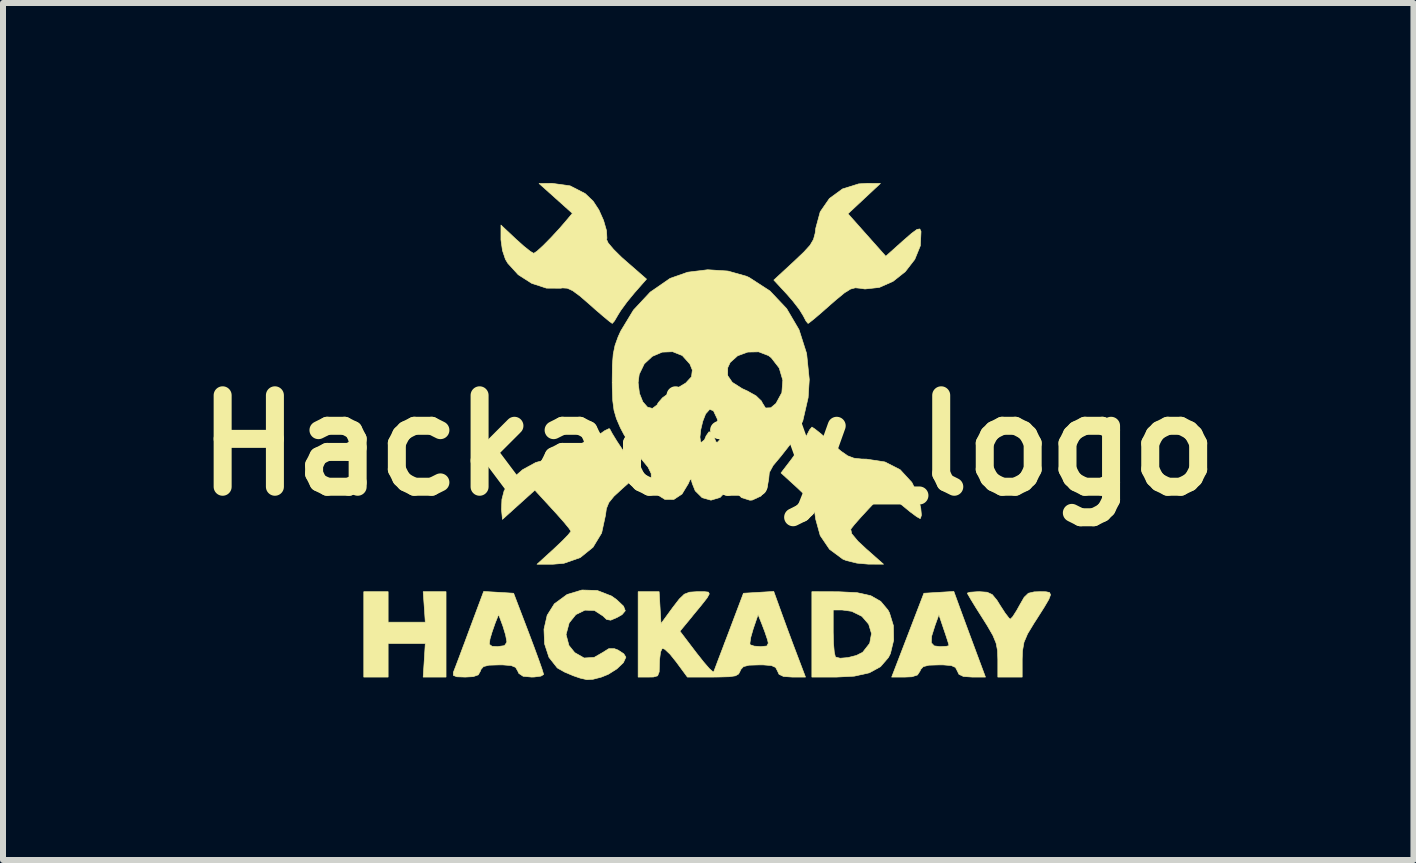
<source format=kicad_pcb>
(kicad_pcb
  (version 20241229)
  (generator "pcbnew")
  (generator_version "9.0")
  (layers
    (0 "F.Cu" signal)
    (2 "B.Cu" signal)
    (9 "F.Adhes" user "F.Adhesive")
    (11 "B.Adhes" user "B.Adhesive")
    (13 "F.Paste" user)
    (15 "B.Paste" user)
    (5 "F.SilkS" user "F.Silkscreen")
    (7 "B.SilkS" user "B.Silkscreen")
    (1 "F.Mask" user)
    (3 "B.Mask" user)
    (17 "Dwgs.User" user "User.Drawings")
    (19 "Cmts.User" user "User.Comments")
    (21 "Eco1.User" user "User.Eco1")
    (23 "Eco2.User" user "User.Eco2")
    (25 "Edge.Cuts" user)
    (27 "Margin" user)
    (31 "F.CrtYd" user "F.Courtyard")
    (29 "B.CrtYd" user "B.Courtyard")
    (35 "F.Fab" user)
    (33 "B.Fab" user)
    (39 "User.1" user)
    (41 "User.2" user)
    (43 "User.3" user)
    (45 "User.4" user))
  (footprint "Hackaday_logo"
    (layer "F.Cu")
    (at 8.752 4.372)
    (property "Reference" "Hackaday_logo" (at 0 0 0) (layer "F.SilkS") (effects (font (size 1.524 1.524) (thickness 0.3))))
    (attr through_hole)
    (fp_poly (pts (xy -4.369 2.438) (xy -4.369 3.861) (xy -4.75 3.861) (xy -4.732 3.581) (xy -4.715 3.302) (xy -5.334 3.302) (xy -5.334 3.861) (xy -5.74 3.861) (xy -5.74 2.438) (xy -5.334 2.438) (xy -5.334 2.946) (xy -4.715 2.946) (xy -4.732 2.692) (xy -4.75 2.438) (xy -4.369 2.438)) (stroke (width 0.01) (type solid)) (fill yes) (layer "F.SilkS"))
    (fp_poly (pts (xy 2.172 2.439) (xy 2.48 2.454) (xy 2.709 2.505) (xy 2.874 2.599) (xy 2.994 2.742) (xy 3.02 2.789) (xy 3.086 3.004) (xy 3.09 3.247) (xy 3.036 3.47) (xy 3.003 3.535) (xy 2.871 3.688) (xy 2.685 3.79) (xy 2.433 3.846) (xy 2.139 3.861) (xy 1.727 3.861) (xy 1.727 2.743) (xy 2.083 2.743) (xy 2.083 3.116) (xy 2.088 3.302) (xy 2.101 3.448) (xy 2.119 3.524) (xy 2.121 3.527) (xy 2.199 3.547) (xy 2.329 3.536) (xy 2.467 3.501) (xy 2.572 3.449) (xy 2.575 3.446) (xy 2.691 3.298) (xy 2.721 3.136) (xy 2.674 2.98) (xy 2.561 2.849) (xy 2.391 2.765) (xy 2.233 2.743) (xy 2.083 2.743) (xy 1.727 2.743) (xy 1.727 2.438) (xy 2.172 2.439)) (stroke (width 0.01) (type solid)) (fill yes) (layer "F.SilkS"))
    (fp_poly (pts (xy 4.2 2.728) (xy 4.271 2.921) (xy 4.36 3.162) (xy 4.45 3.404) (xy 4.464 3.442) (xy 4.62 3.861) (xy 4.399 3.861) (xy 4.253 3.851) (xy 4.178 3.815) (xy 4.151 3.759) (xy 4.12 3.7) (xy 4.05 3.669) (xy 3.915 3.658) (xy 3.844 3.658) (xy 3.677 3.663) (xy 3.584 3.687) (xy 3.539 3.736) (xy 3.531 3.759) (xy 3.487 3.826) (xy 3.394 3.856) (xy 3.278 3.861) (xy 3.057 3.861) (xy 3.277 3.289) (xy 3.717 3.289) (xy 3.766 3.341) (xy 3.861 3.353) (xy 3.968 3.348) (xy 4.013 3.337) (xy 4.013 3.336) (xy 3.998 3.283) (xy 3.96 3.165) (xy 3.928 3.071) (xy 3.844 2.822) (xy 3.78 2.999) (xy 3.723 3.18) (xy 3.717 3.289) (xy 3.277 3.289) (xy 3.594 2.464) (xy 3.843 2.449) (xy 4.093 2.434) (xy 4.2 2.728)) (stroke (width 0.01) (type solid)) (fill yes) (layer "F.SilkS"))
    (fp_poly (pts (xy 5.627 2.439) (xy 5.687 2.451) (xy 5.705 2.489) (xy 5.676 2.566) (xy 5.599 2.697) (xy 5.472 2.897) (xy 5.431 2.96) (xy 5.322 3.14) (xy 5.262 3.281) (xy 5.237 3.425) (xy 5.232 3.564) (xy 5.232 3.861) (xy 4.826 3.861) (xy 4.826 3.569) (xy 4.821 3.419) (xy 4.797 3.295) (xy 4.744 3.167) (xy 4.65 3.004) (xy 4.572 2.88) (xy 4.461 2.705) (xy 4.375 2.564) (xy 4.325 2.478) (xy 4.318 2.461) (xy 4.363 2.447) (xy 4.476 2.439) (xy 4.522 2.438) (xy 4.648 2.447) (xy 4.733 2.486) (xy 4.811 2.58) (xy 4.865 2.667) (xy 4.948 2.795) (xy 5.012 2.878) (xy 5.034 2.896) (xy 5.074 2.855) (xy 5.141 2.75) (xy 5.187 2.667) (xy 5.265 2.531) (xy 5.335 2.464) (xy 5.432 2.441) (xy 5.526 2.438) (xy 5.627 2.439)) (stroke (width 0.01) (type solid)) (fill yes) (layer "F.SilkS"))
    (fp_poly (pts (xy -1.849 2.418) (xy -1.61 2.511) (xy -1.525 2.572) (xy -1.411 2.68) (xy -1.382 2.756) (xy -1.437 2.821) (xy -1.518 2.867) (xy -1.625 2.913) (xy -1.693 2.901) (xy -1.754 2.843) (xy -1.896 2.751) (xy -2.055 2.746) (xy -2.206 2.82) (xy -2.317 2.958) (xy -2.369 3.152) (xy -2.321 3.334) (xy -2.225 3.453) (xy -2.068 3.543) (xy -1.901 3.533) (xy -1.763 3.454) (xy -1.656 3.387) (xy -1.562 3.388) (xy -1.502 3.411) (xy -1.407 3.473) (xy -1.372 3.53) (xy -1.414 3.621) (xy -1.522 3.724) (xy -1.666 3.815) (xy -1.782 3.862) (xy -1.921 3.898) (xy -2.022 3.904) (xy -2.135 3.878) (xy -2.248 3.839) (xy -2.393 3.778) (xy -2.505 3.715) (xy -2.518 3.705) (xy -2.654 3.532) (xy -2.727 3.308) (xy -2.737 3.064) (xy -2.684 2.831) (xy -2.564 2.64) (xy -2.564 2.64) (xy -2.351 2.484) (xy -2.104 2.41) (xy -1.849 2.418)) (stroke (width 0.01) (type solid)) (fill yes) (layer "F.SilkS"))
    (fp_poly (pts (xy 2.87 -4.365) (xy 2.6 -4.113) (xy 2.329 -3.86) (xy 2.644 -3.506) (xy 2.959 -3.152) (xy 3.245 -3.408) (xy 3.391 -3.535) (xy 3.479 -3.599) (xy 3.526 -3.607) (xy 3.545 -3.569) (xy 3.546 -3.563) (xy 3.535 -3.327) (xy 3.442 -3.099) (xy 3.284 -2.895) (xy 3.081 -2.734) (xy 2.851 -2.632) (xy 2.612 -2.606) (xy 2.533 -2.618) (xy 2.452 -2.626) (xy 2.372 -2.605) (xy 2.272 -2.543) (xy 2.131 -2.427) (xy 2.033 -2.342) (xy 1.879 -2.206) (xy 1.754 -2.1) (xy 1.678 -2.04) (xy 1.663 -2.032) (xy 1.629 -2.073) (xy 1.584 -2.159) (xy 1.519 -2.265) (xy 1.409 -2.407) (xy 1.31 -2.521) (xy 1.093 -2.755) (xy 1.431 -3.067) (xy 1.594 -3.222) (xy 1.697 -3.335) (xy 1.754 -3.432) (xy 1.782 -3.536) (xy 1.792 -3.619) (xy 1.866 -3.892) (xy 2.02 -4.115) (xy 2.238 -4.274) (xy 2.507 -4.358) (xy 2.649 -4.367) (xy 2.87 -4.365)) (stroke (width 0.01) (type solid)) (fill yes) (layer "F.SilkS"))
    (fp_poly (pts (xy -1.641 -0.274) (xy -1.601 -0.199) (xy -1.52 -0.067) (xy -1.412 0.096) (xy -1.296 0.264) (xy -1.236 0.349) (xy -1.193 0.414) (xy -1.187 0.468) (xy -1.228 0.532) (xy -1.328 0.628) (xy -1.422 0.711) (xy -1.571 0.848) (xy -1.656 0.953) (xy -1.697 1.054) (xy -1.712 1.164) (xy -1.776 1.46) (xy -1.92 1.698) (xy -2.133 1.87) (xy -2.405 1.965) (xy -2.592 1.981) (xy -2.853 1.981) (xy -2.569 1.722) (xy -2.434 1.594) (xy -2.335 1.492) (xy -2.289 1.434) (xy -2.288 1.43) (xy -2.322 1.38) (xy -2.408 1.275) (xy -2.533 1.134) (xy -2.59 1.072) (xy -2.889 0.746) (xy -3.429 1.233) (xy -3.445 1.068) (xy -3.438 0.899) (xy -3.401 0.756) (xy -3.279 0.567) (xy -3.093 0.405) (xy -2.874 0.285) (xy -2.649 0.224) (xy -2.467 0.232) (xy -2.39 0.237) (xy -2.303 0.204) (xy -2.184 0.123) (xy -2.016 -0.019) (xy -2 -0.033) (xy -1.848 -0.158) (xy -1.727 -0.244) (xy -1.654 -0.279) (xy -1.641 -0.274)) (stroke (width 0.01) (type solid)) (fill yes) (layer "F.SilkS"))
    (fp_poly (pts (xy -3.243 2.464) (xy -2.993 3.119) (xy -2.902 3.361) (xy -2.826 3.568) (xy -2.771 3.724) (xy -2.745 3.809) (xy -2.743 3.818) (xy -2.788 3.845) (xy -2.901 3.86) (xy -2.943 3.861) (xy -3.084 3.848) (xy -3.156 3.8) (xy -3.175 3.759) (xy -3.21 3.699) (xy -3.284 3.669) (xy -3.424 3.658) (xy -3.488 3.658) (xy -3.654 3.663) (xy -3.745 3.686) (xy -3.787 3.734) (xy -3.795 3.759) (xy -3.832 3.824) (xy -3.917 3.854) (xy -4.05 3.861) (xy -4.189 3.856) (xy -4.247 3.833) (xy -4.247 3.784) (xy -4.243 3.772) (xy -4.212 3.692) (xy -4.154 3.539) (xy -4.077 3.332) (xy -4.07 3.315) (xy -3.648 3.315) (xy -3.602 3.348) (xy -3.511 3.353) (xy -3.395 3.337) (xy -3.357 3.281) (xy -3.357 3.264) (xy -3.377 3.158) (xy -3.42 3.016) (xy -3.427 2.997) (xy -3.493 2.819) (xy -3.55 2.961) (xy -3.603 3.113) (xy -3.637 3.228) (xy -3.648 3.315) (xy -4.07 3.315) (xy -3.988 3.093) (xy -3.975 3.058) (xy -3.742 2.434) (xy -3.243 2.464)) (stroke (width 0.01) (type solid)) (fill yes) (layer "F.SilkS"))
    (fp_poly (pts (xy -2.301 -4.325) (xy -2.05 -4.196) (xy -1.917 -4.069) (xy -1.822 -3.924) (xy -1.744 -3.749) (xy -1.695 -3.579) (xy -1.688 -3.451) (xy -1.694 -3.432) (xy -1.668 -3.374) (xy -1.58 -3.269) (xy -1.446 -3.136) (xy -1.372 -3.071) (xy -1.028 -2.771) (xy -1.23 -2.541) (xy -1.354 -2.39) (xy -1.459 -2.246) (xy -1.505 -2.172) (xy -1.562 -2.074) (xy -1.599 -2.032) (xy -1.599 -2.032) (xy -1.644 -2.064) (xy -1.746 -2.148) (xy -1.888 -2.27) (xy -1.966 -2.34) (xy -2.138 -2.489) (xy -2.259 -2.578) (xy -2.349 -2.619) (xy -2.429 -2.624) (xy -2.458 -2.619) (xy -2.695 -2.62) (xy -2.941 -2.7) (xy -3.166 -2.844) (xy -3.34 -3.035) (xy -3.38 -3.102) (xy -3.429 -3.249) (xy -3.454 -3.427) (xy -3.454 -3.459) (xy -3.454 -3.672) (xy -3.203 -3.436) (xy -3.07 -3.317) (xy -2.964 -3.233) (xy -2.908 -3.2) (xy -2.853 -3.236) (xy -2.75 -3.33) (xy -2.618 -3.464) (xy -2.474 -3.62) (xy -2.362 -3.75) (xy -2.264 -3.867) (xy -2.542 -4.116) (xy -2.819 -4.364) (xy -2.602 -4.367) (xy -2.301 -4.325)) (stroke (width 0.01) (type solid)) (fill yes) (layer "F.SilkS"))
    (fp_poly (pts (xy 1.778 -0.273) (xy 1.882 -0.19) (xy 2.02 -0.071) (xy 2.055 -0.04) (xy 2.211 0.095) (xy 2.324 0.174) (xy 2.428 0.213) (xy 2.555 0.227) (xy 2.639 0.229) (xy 2.945 0.276) (xy 3.198 0.405) (xy 3.39 0.613) (xy 3.399 0.627) (xy 3.458 0.75) (xy 3.508 0.9) (xy 3.542 1.048) (xy 3.553 1.163) (xy 3.536 1.218) (xy 3.53 1.219) (xy 3.474 1.188) (xy 3.366 1.108) (xy 3.227 0.994) (xy 3.222 0.99) (xy 2.954 0.76) (xy 2.683 1.046) (xy 2.549 1.191) (xy 2.44 1.314) (xy 2.379 1.391) (xy 2.375 1.398) (xy 2.391 1.472) (xy 2.495 1.597) (xy 2.629 1.722) (xy 2.921 1.98) (xy 2.667 1.979) (xy 2.477 1.962) (xy 2.299 1.918) (xy 2.244 1.896) (xy 2.022 1.732) (xy 1.866 1.502) (xy 1.79 1.227) (xy 1.789 1.216) (xy 1.769 1.076) (xy 1.727 0.969) (xy 1.647 0.863) (xy 1.507 0.728) (xy 1.489 0.711) (xy 1.213 0.459) (xy 1.392 0.225) (xy 1.504 0.067) (xy 1.598 -0.085) (xy 1.636 -0.157) (xy 1.689 -0.259) (xy 1.728 -0.305) (xy 1.729 -0.305) (xy 1.778 -0.273)) (stroke (width 0.01) (type solid)) (fill yes) (layer "F.SilkS"))
    (fp_poly (pts (xy 1.226 2.805) (xy 1.315 3.049) (xy 1.414 3.315) (xy 1.491 3.518) (xy 1.621 3.861) (xy 1.401 3.861) (xy 1.255 3.851) (xy 1.18 3.815) (xy 1.154 3.759) (xy 1.123 3.7) (xy 1.053 3.669) (xy 0.917 3.658) (xy 0.846 3.658) (xy 0.679 3.663) (xy 0.587 3.687) (xy 0.542 3.736) (xy 0.533 3.759) (xy 0.507 3.809) (xy 0.454 3.84) (xy 0.351 3.855) (xy 0.178 3.86) (xy 0.077 3.861) (xy -0.347 3.861) (xy -0.534 3.607) (xy -0.637 3.479) (xy -0.723 3.398) (xy -0.766 3.381) (xy -0.795 3.445) (xy -0.811 3.573) (xy -0.813 3.635) (xy -0.817 3.774) (xy -0.843 3.84) (xy -0.914 3.86) (xy -0.991 3.861) (xy -1.168 3.861) (xy -1.168 2.438) (xy -0.818 2.438) (xy -0.787 2.97) (xy -0.593 2.704) (xy -0.482 2.56) (xy -0.399 2.48) (xy -0.311 2.446) (xy -0.19 2.438) (xy -0.167 2.438) (xy -0.06 2.438) (xy 0.003 2.445) (xy 0.018 2.475) (xy -0.018 2.541) (xy -0.11 2.658) (xy -0.26 2.84) (xy -0.273 2.857) (xy -0.471 3.097) (xy -0.198 3.456) (xy -0.076 3.61) (xy 0.021 3.722) (xy 0.08 3.774) (xy 0.091 3.774) (xy 0.114 3.714) (xy 0.165 3.578) (xy 0.239 3.384) (xy 0.271 3.299) (xy 0.694 3.299) (xy 0.699 3.323) (xy 0.766 3.345) (xy 0.875 3.353) (xy 0.977 3.343) (xy 1.001 3.296) (xy 0.988 3.239) (xy 0.943 3.106) (xy 0.892 2.972) (xy 0.831 2.82) (xy 0.75 3.057) (xy 0.709 3.199) (xy 0.694 3.299) (xy 0.271 3.299) (xy 0.327 3.152) (xy 0.347 3.099) (xy 0.587 2.464) (xy 1.092 2.434) (xy 1.226 2.805)) (stroke (width 0.01) (type solid)) (fill yes) (layer "F.SilkS"))
    (fp_poly (pts (xy 0.33 -2.905) (xy 0.636 -2.819) (xy 0.684 -2.797) (xy 1.029 -2.573) (xy 1.307 -2.279) (xy 1.513 -1.928) (xy 1.64 -1.53) (xy 1.684 -1.097) (xy 1.665 -0.795) (xy 1.576 -0.408) (xy 1.411 -0.074) (xy 1.212 0.18) (xy 1.082 0.335) (xy 1.018 0.453) (xy 1.008 0.56) (xy 1.008 0.561) (xy 0.979 0.717) (xy 0.879 0.844) (xy 0.735 0.911) (xy 0.694 0.914) (xy 0.554 0.87) (xy 0.445 0.759) (xy 0.402 0.631) (xy 0.391 0.583) (xy 0.359 0.624) (xy 0.334 0.678) (xy 0.266 0.796) (xy 0.199 0.867) (xy 0.046 0.913) (xy -0.101 0.872) (xy -0.217 0.757) (xy -0.266 0.635) (xy -0.286 0.562) (xy -0.309 0.584) (xy -0.33 0.635) (xy -0.437 0.811) (xy -0.573 0.901) (xy -0.723 0.9) (xy -0.869 0.808) (xy -0.949 0.674) (xy -0.949 0.567) (xy -0.951 0.468) (xy -1.004 0.361) (xy -1.122 0.218) (xy -1.127 0.213) (xy -1.267 0.036) (xy -1.378 -0.139) (xy -0.138 -0.139) (xy -0.128 -0.061) (xy -0.113 -0.051) (xy -0.062 -0.093) (xy -0.035 -0.158) (xy 0.012 -0.226) (xy 0.07 -0.215) (xy 0.101 -0.133) (xy 0.102 -0.124) (xy 0.13 -0.058) (xy 0.152 -0.051) (xy 0.193 -0.094) (xy 0.2 -0.206) (xy 0.174 -0.36) (xy 0.147 -0.45) (xy 0.087 -0.576) (xy 0.025 -0.601) (xy -0.04 -0.528) (xy -0.045 -0.52) (xy -0.091 -0.401) (xy -0.124 -0.263) (xy -0.138 -0.139) (xy -1.378 -0.139) (xy -1.402 -0.176) (xy -1.465 -0.296) (xy -1.53 -0.447) (xy -1.57 -0.585) (xy -1.591 -0.744) (xy -1.599 -0.955) (xy -1.6 -1.045) (xy -1.168 -1.045) (xy -1.146 -0.867) (xy -1.09 -0.727) (xy -1.013 -0.638) (xy -0.93 -0.616) (xy -0.854 -0.673) (xy -0.833 -0.711) (xy -0.762 -0.793) (xy -0.635 -0.885) (xy -0.562 -0.927) (xy -0.375 -1.039) (xy -0.278 -1.144) (xy -0.276 -1.163) (xy 0.324 -1.163) (xy 0.401 -1.051) (xy 0.564 -0.947) (xy 0.652 -0.907) (xy 0.798 -0.825) (xy 0.888 -0.738) (xy 0.9 -0.711) (xy 0.955 -0.623) (xy 1.043 -0.627) (xy 1.129 -0.699) (xy 1.227 -0.879) (xy 1.243 -1.086) (xy 1.183 -1.289) (xy 1.05 -1.461) (xy 1.005 -1.496) (xy 0.841 -1.559) (xy 0.659 -1.555) (xy 0.49 -1.493) (xy 0.366 -1.382) (xy 0.325 -1.294) (xy 0.324 -1.163) (xy -0.276 -1.163) (xy -0.265 -1.256) (xy -0.305 -1.355) (xy -0.432 -1.497) (xy -0.593 -1.561) (xy -0.766 -1.554) (xy -0.931 -1.484) (xy -1.066 -1.358) (xy -1.15 -1.184) (xy -1.168 -1.045) (xy -1.6 -1.045) (xy -1.6 -1.092) (xy -1.597 -1.341) (xy -1.583 -1.521) (xy -1.553 -1.666) (xy -1.502 -1.808) (xy -1.458 -1.905) (xy -1.246 -2.255) (xy -0.967 -2.554) (xy -0.643 -2.778) (xy -0.635 -2.783) (xy -0.343 -2.886) (xy -0.009 -2.927) (xy 0.33 -2.905)) (stroke (width 0.01) (type solid)) (fill yes) (layer "F.SilkS")))
  (gr_rect
    (start -3 -3)
    (end 20.504 11.281)
    (stroke (width 0.1) (type default))
    (fill no)
    (layer "Edge.Cuts")))
</source>
